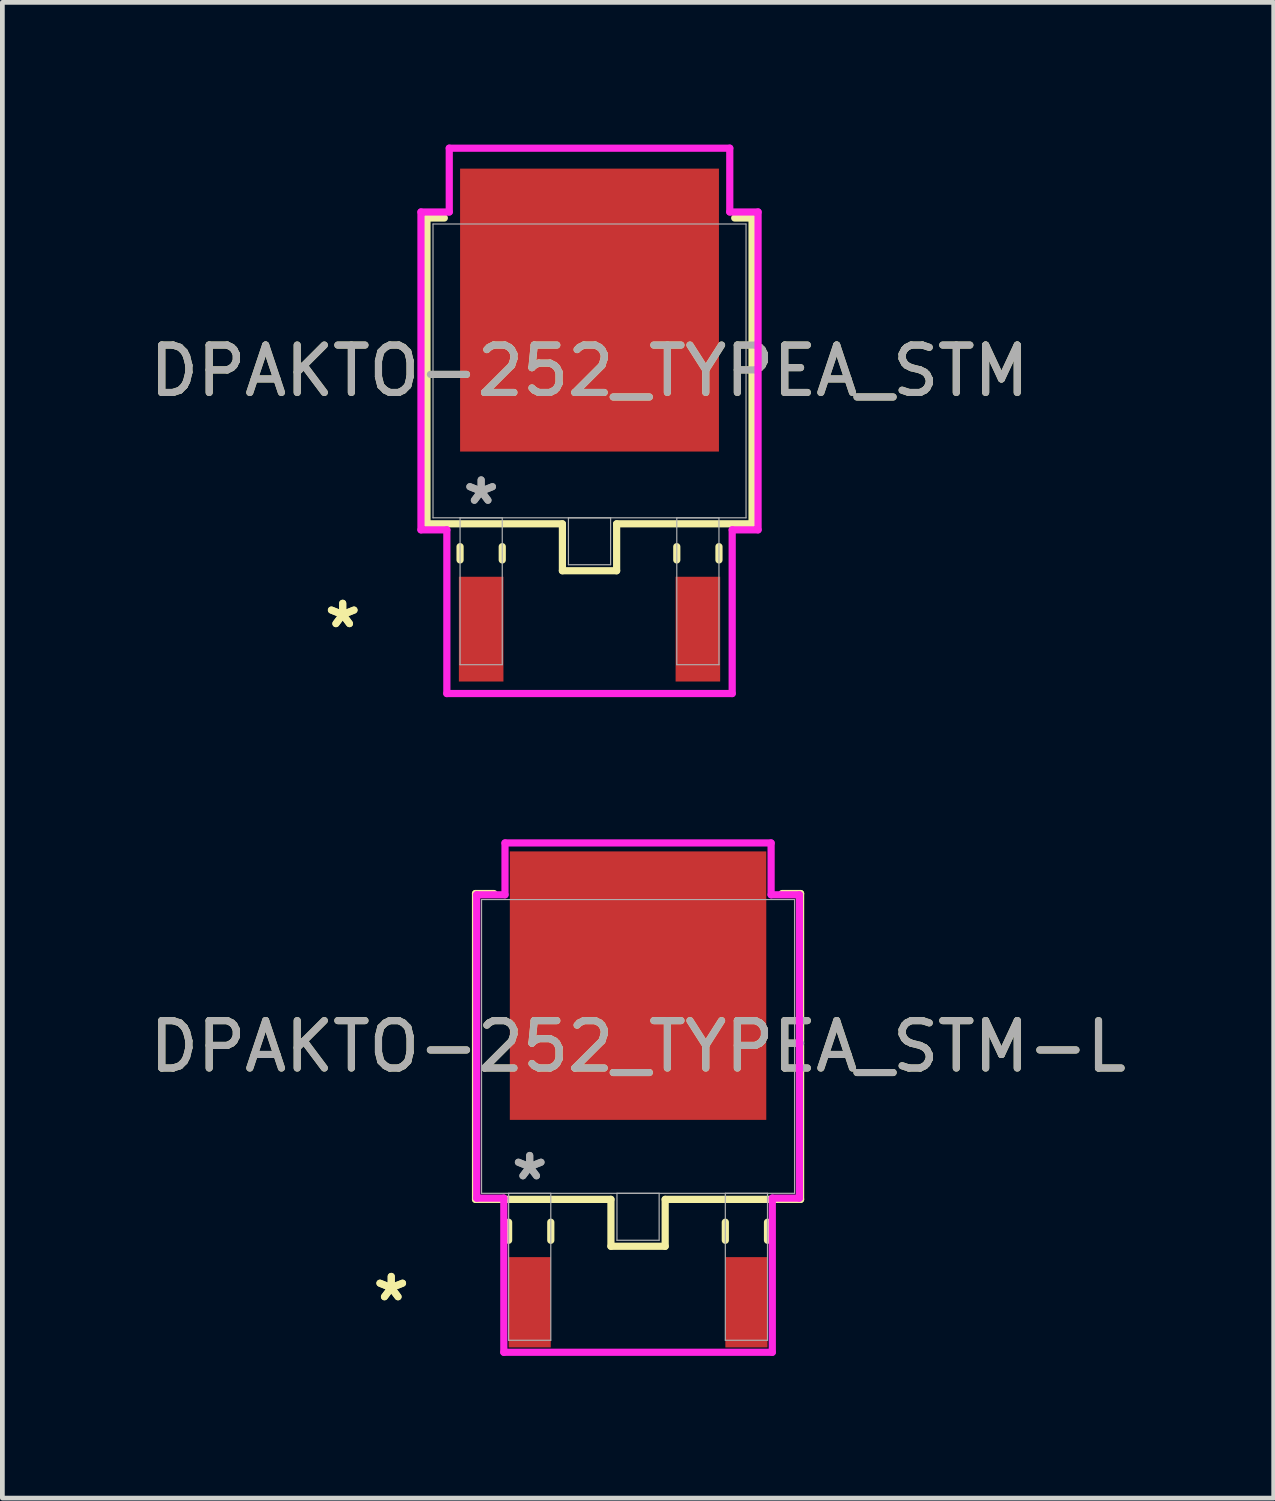
<source format=kicad_pcb>
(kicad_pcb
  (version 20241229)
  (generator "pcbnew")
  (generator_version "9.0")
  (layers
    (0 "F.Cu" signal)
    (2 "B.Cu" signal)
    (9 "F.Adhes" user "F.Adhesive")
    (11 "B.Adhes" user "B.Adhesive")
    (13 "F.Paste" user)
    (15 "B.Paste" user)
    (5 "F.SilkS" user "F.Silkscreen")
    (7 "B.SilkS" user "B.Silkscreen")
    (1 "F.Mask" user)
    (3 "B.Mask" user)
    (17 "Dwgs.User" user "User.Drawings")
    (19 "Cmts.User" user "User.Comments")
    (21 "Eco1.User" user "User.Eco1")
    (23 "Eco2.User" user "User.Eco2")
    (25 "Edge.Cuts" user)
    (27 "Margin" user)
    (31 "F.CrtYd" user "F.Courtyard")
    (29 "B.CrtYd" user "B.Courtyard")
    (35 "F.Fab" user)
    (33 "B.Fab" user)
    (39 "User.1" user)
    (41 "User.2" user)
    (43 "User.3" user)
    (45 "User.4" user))
  (footprint "DPAKTO-252_TYPEA_STM"
    (layer "F.Cu")
    (at 9.387 4.775)
    (property "Reference" "DPAKTO-252_TYPEA_STM" (at 0 0 0) (unlocked yes) (layer "F.SilkS") (effects (font (size 1 1) (thickness 0.15))))
    (attr smd)
    (fp_line (start -3.429 -3.226) (end -3.429 3.226) (stroke (width 0.152) (type solid)) (layer "F.SilkS"))
    (fp_line (start -3.429 3.226) (end -0.572 3.226) (stroke (width 0.152) (type solid)) (layer "F.SilkS"))
    (fp_line (start -3.063 -3.226) (end -3.429 -3.226) (stroke (width 0.152) (type solid)) (layer "F.SilkS"))
    (fp_line (start -2.731 3.708) (end -2.731 3.988) (stroke (width 0.152) (type solid)) (layer "F.SilkS"))
    (fp_line (start -1.841 3.708) (end -1.841 3.988) (stroke (width 0.152) (type solid)) (layer "F.SilkS"))
    (fp_line (start -0.572 3.226) (end -0.572 4.216) (stroke (width 0.152) (type solid)) (layer "F.SilkS"))
    (fp_line (start -0.572 4.216) (end 0.572 4.216) (stroke (width 0.152) (type solid)) (layer "F.SilkS"))
    (fp_line (start 0.572 3.226) (end 3.429 3.226) (stroke (width 0.152) (type solid)) (layer "F.SilkS"))
    (fp_line (start 0.572 4.216) (end 0.572 3.226) (stroke (width 0.152) (type solid)) (layer "F.SilkS"))
    (fp_line (start 1.841 3.708) (end 1.841 3.988) (stroke (width 0.152) (type solid)) (layer "F.SilkS"))
    (fp_line (start 2.731 3.708) (end 2.731 3.988) (stroke (width 0.152) (type solid)) (layer "F.SilkS"))
    (fp_line (start 3.429 -3.226) (end 3.063 -3.226) (stroke (width 0.152) (type solid)) (layer "F.SilkS"))
    (fp_line (start 3.429 3.226) (end 3.429 -3.226) (stroke (width 0.152) (type solid)) (layer "F.SilkS"))
    (fp_line (start -3.556 -3.353) (end -2.959 -3.353) (stroke (width 0.152) (type solid)) (layer "F.CrtYd"))
    (fp_line (start -3.556 3.353) (end -3.556 -3.353) (stroke (width 0.152) (type solid)) (layer "F.CrtYd"))
    (fp_line (start -3.01 3.353) (end -3.556 3.353) (stroke (width 0.152) (type solid)) (layer "F.CrtYd"))
    (fp_line (start -3.01 6.807) (end -3.01 3.353) (stroke (width 0.152) (type solid)) (layer "F.CrtYd"))
    (fp_line (start -2.959 -4.699) (end 2.959 -4.699) (stroke (width 0.152) (type solid)) (layer "F.CrtYd"))
    (fp_line (start -2.959 -3.353) (end -2.959 -4.699) (stroke (width 0.152) (type solid)) (layer "F.CrtYd"))
    (fp_line (start 2.959 -4.699) (end 2.959 -3.353) (stroke (width 0.152) (type solid)) (layer "F.CrtYd"))
    (fp_line (start 2.959 -3.353) (end 3.556 -3.353) (stroke (width 0.152) (type solid)) (layer "F.CrtYd"))
    (fp_line (start 3.01 3.353) (end 3.01 6.807) (stroke (width 0.152) (type solid)) (layer "F.CrtYd"))
    (fp_line (start 3.01 6.807) (end -3.01 6.807) (stroke (width 0.152) (type solid)) (layer "F.CrtYd"))
    (fp_line (start 3.556 -3.353) (end 3.556 3.353) (stroke (width 0.152) (type solid)) (layer "F.CrtYd"))
    (fp_line (start 3.556 3.353) (end 3.01 3.353) (stroke (width 0.152) (type solid)) (layer "F.CrtYd"))
    (fp_line (start -3.302 -3.099) (end -3.302 3.099) (stroke (width 0.025) (type solid)) (layer "F.Fab"))
    (fp_line (start -3.302 3.099) (end 3.302 3.099) (stroke (width 0.025) (type solid)) (layer "F.Fab"))
    (fp_line (start -2.731 3.099) (end -2.731 6.198) (stroke (width 0.025) (type solid)) (layer "F.Fab"))
    (fp_line (start -2.731 6.198) (end -1.841 6.198) (stroke (width 0.025) (type solid)) (layer "F.Fab"))
    (fp_line (start -1.841 3.099) (end -2.731 3.099) (stroke (width 0.025) (type solid)) (layer "F.Fab"))
    (fp_line (start -1.841 6.198) (end -1.841 3.099) (stroke (width 0.025) (type solid)) (layer "F.Fab"))
    (fp_line (start -0.445 3.099) (end -0.445 4.089) (stroke (width 0.025) (type solid)) (layer "F.Fab"))
    (fp_line (start -0.445 4.089) (end 0.445 4.089) (stroke (width 0.025) (type solid)) (layer "F.Fab"))
    (fp_line (start 0.445 3.099) (end -0.445 3.099) (stroke (width 0.025) (type solid)) (layer "F.Fab"))
    (fp_line (start 0.445 4.089) (end 0.445 3.099) (stroke (width 0.025) (type solid)) (layer "F.Fab"))
    (fp_line (start 1.841 3.099) (end 1.841 6.198) (stroke (width 0.025) (type solid)) (layer "F.Fab"))
    (fp_line (start 1.841 6.198) (end 2.731 6.198) (stroke (width 0.025) (type solid)) (layer "F.Fab"))
    (fp_line (start 2.731 3.099) (end 1.841 3.099) (stroke (width 0.025) (type solid)) (layer "F.Fab"))
    (fp_line (start 2.731 6.198) (end 2.731 3.099) (stroke (width 0.025) (type solid)) (layer "F.Fab"))
    (fp_line (start 3.302 -3.099) (end -3.302 -3.099) (stroke (width 0.025) (type solid)) (layer "F.Fab"))
    (fp_line (start 3.302 3.099) (end 3.302 -3.099) (stroke (width 0.025) (type solid)) (layer "F.Fab"))
    (fp_text user "*" (at -5.207 5.448 0) (layer "F.SilkS") (effects (font (size 1 1) (thickness 0.15))))
    (fp_text user "*" (at -5.207 5.448 0) (unlocked yes) (layer "F.SilkS") (effects (font (size 1 1) (thickness 0.15))))
    (fp_text user "${REFERENCE}" (at 0 0 0) (unlocked yes) (layer "F.Fab") (effects (font (size 1 1) (thickness 0.15))))
    (fp_text user "*" (at -2.286 2.845 0) (layer "F.Fab") (effects (font (size 1 1) (thickness 0.15))))
    (fp_text user "*" (at -2.286 2.845 0) (unlocked yes) (layer "F.Fab") (effects (font (size 1 1) (thickness 0.15))))
    (pad "1" smd rect (at -2.286 5.448) (size 0.94 2.21) (layers "F.Cu" "F.Mask" "F.Paste"))
    (pad "2" smd rect (at 0 -1.283) (size 5.461 5.969) (layers "F.Cu" "F.Mask" "F.Paste"))
    (pad "3" smd rect (at 2.286 5.448) (size 0.94 2.21) (layers "F.Cu" "F.Mask" "F.Paste")))
  (footprint "DPAKTO-252_TYPEA_STM-L"
    (layer "F.Cu")
    (at 10.411 19.027)
    (property "Reference" "DPAKTO-252_TYPEA_STM-L" (at 0 0 0) (unlocked yes) (layer "F.SilkS") (effects (font (size 1 1) (thickness 0.15))))
    (attr smd)
    (fp_line (start -3.429 -3.226) (end -3.429 3.226) (stroke (width 0.152) (type solid)) (layer "F.SilkS"))
    (fp_line (start -3.429 3.226) (end -0.572 3.226) (stroke (width 0.152) (type solid)) (layer "F.SilkS"))
    (fp_line (start -3.038 -3.226) (end -3.429 -3.226) (stroke (width 0.152) (type solid)) (layer "F.SilkS"))
    (fp_line (start -2.731 3.708) (end -2.731 4.089) (stroke (width 0.152) (type solid)) (layer "F.SilkS"))
    (fp_line (start -1.841 3.708) (end -1.841 4.089) (stroke (width 0.152) (type solid)) (layer "F.SilkS"))
    (fp_line (start -0.572 3.226) (end -0.572 4.216) (stroke (width 0.152) (type solid)) (layer "F.SilkS"))
    (fp_line (start -0.572 4.216) (end 0.572 4.216) (stroke (width 0.152) (type solid)) (layer "F.SilkS"))
    (fp_line (start 0.572 3.226) (end 3.429 3.226) (stroke (width 0.152) (type solid)) (layer "F.SilkS"))
    (fp_line (start 0.572 4.216) (end 0.572 3.226) (stroke (width 0.152) (type solid)) (layer "F.SilkS"))
    (fp_line (start 1.841 3.708) (end 1.841 4.089) (stroke (width 0.152) (type solid)) (layer "F.SilkS"))
    (fp_line (start 2.731 3.708) (end 2.731 4.089) (stroke (width 0.152) (type solid)) (layer "F.SilkS"))
    (fp_line (start 3.429 -3.226) (end 3.038 -3.226) (stroke (width 0.152) (type solid)) (layer "F.SilkS"))
    (fp_line (start 3.429 3.226) (end 3.429 -3.226) (stroke (width 0.152) (type solid)) (layer "F.SilkS"))
    (fp_line (start -3.404 -3.2) (end -2.807 -3.2) (stroke (width 0.152) (type solid)) (layer "F.CrtYd"))
    (fp_line (start -3.404 3.2) (end -3.404 -3.2) (stroke (width 0.152) (type solid)) (layer "F.CrtYd"))
    (fp_line (start -2.832 3.2) (end -3.404 3.2) (stroke (width 0.152) (type solid)) (layer "F.CrtYd"))
    (fp_line (start -2.832 6.452) (end -2.832 3.2) (stroke (width 0.152) (type solid)) (layer "F.CrtYd"))
    (fp_line (start -2.807 -4.293) (end 2.807 -4.293) (stroke (width 0.152) (type solid)) (layer "F.CrtYd"))
    (fp_line (start -2.807 -3.2) (end -2.807 -4.293) (stroke (width 0.152) (type solid)) (layer "F.CrtYd"))
    (fp_line (start 2.807 -4.293) (end 2.807 -3.2) (stroke (width 0.152) (type solid)) (layer "F.CrtYd"))
    (fp_line (start 2.807 -3.2) (end 3.404 -3.2) (stroke (width 0.152) (type solid)) (layer "F.CrtYd"))
    (fp_line (start 2.832 3.2) (end 2.832 6.452) (stroke (width 0.152) (type solid)) (layer "F.CrtYd"))
    (fp_line (start 2.832 6.452) (end -2.832 6.452) (stroke (width 0.152) (type solid)) (layer "F.CrtYd"))
    (fp_line (start 3.404 -3.2) (end 3.404 3.2) (stroke (width 0.152) (type solid)) (layer "F.CrtYd"))
    (fp_line (start 3.404 3.2) (end 2.832 3.2) (stroke (width 0.152) (type solid)) (layer "F.CrtYd"))
    (fp_line (start -3.302 -3.099) (end -3.302 3.099) (stroke (width 0.025) (type solid)) (layer "F.Fab"))
    (fp_line (start -3.302 3.099) (end 3.302 3.099) (stroke (width 0.025) (type solid)) (layer "F.Fab"))
    (fp_line (start -2.731 3.099) (end -2.731 6.198) (stroke (width 0.025) (type solid)) (layer "F.Fab"))
    (fp_line (start -2.731 6.198) (end -1.841 6.198) (stroke (width 0.025) (type solid)) (layer "F.Fab"))
    (fp_line (start -1.841 3.099) (end -2.731 3.099) (stroke (width 0.025) (type solid)) (layer "F.Fab"))
    (fp_line (start -1.841 6.198) (end -1.841 3.099) (stroke (width 0.025) (type solid)) (layer "F.Fab"))
    (fp_line (start -0.445 3.099) (end -0.445 4.089) (stroke (width 0.025) (type solid)) (layer "F.Fab"))
    (fp_line (start -0.445 4.089) (end 0.445 4.089) (stroke (width 0.025) (type solid)) (layer "F.Fab"))
    (fp_line (start 0.445 3.099) (end -0.445 3.099) (stroke (width 0.025) (type solid)) (layer "F.Fab"))
    (fp_line (start 0.445 4.089) (end 0.445 3.099) (stroke (width 0.025) (type solid)) (layer "F.Fab"))
    (fp_line (start 1.841 3.099) (end 1.841 6.198) (stroke (width 0.025) (type solid)) (layer "F.Fab"))
    (fp_line (start 1.841 6.198) (end 2.731 6.198) (stroke (width 0.025) (type solid)) (layer "F.Fab"))
    (fp_line (start 2.731 3.099) (end 1.841 3.099) (stroke (width 0.025) (type solid)) (layer "F.Fab"))
    (fp_line (start 2.731 6.198) (end 2.731 3.099) (stroke (width 0.025) (type solid)) (layer "F.Fab"))
    (fp_line (start 3.302 -3.099) (end -3.302 -3.099) (stroke (width 0.025) (type solid)) (layer "F.Fab"))
    (fp_line (start 3.302 3.099) (end 3.302 -3.099) (stroke (width 0.025) (type solid)) (layer "F.Fab"))
    (fp_text user "*" (at -5.207 5.397 0) (unlocked yes) (layer "F.SilkS") (effects (font (size 1 1) (thickness 0.15))))
    (fp_text user "*" (at -5.207 5.397 0) (layer "F.SilkS") (effects (font (size 1 1) (thickness 0.15))))
    (fp_text user "*" (at -2.286 2.845 0) (layer "F.Fab") (effects (font (size 1 1) (thickness 0.15))))
    (fp_text user "*" (at -2.286 2.845 0) (unlocked yes) (layer "F.Fab") (effects (font (size 1 1) (thickness 0.15))))
    (fp_text user "${REFERENCE}" (at 0 0 0) (unlocked yes) (layer "F.Fab") (effects (font (size 1 1) (thickness 0.15))))
    (pad "1" smd rect (at -2.286 5.397) (size 0.889 1.905) (layers "F.Cu" "F.Mask" "F.Paste"))
    (pad "2" smd rect (at 0 -1.283) (size 5.41 5.664) (layers "F.Cu" "F.Mask" "F.Paste"))
    (pad "3" smd rect (at 2.286 5.397) (size 0.889 1.905) (layers "F.Cu" "F.Mask" "F.Paste")))
  (gr_rect
    (start -3 -3)
    (end 23.821 28.555)
    (stroke (width 0.1) (type default))
    (fill no)
    (layer "Edge.Cuts")))
</source>
